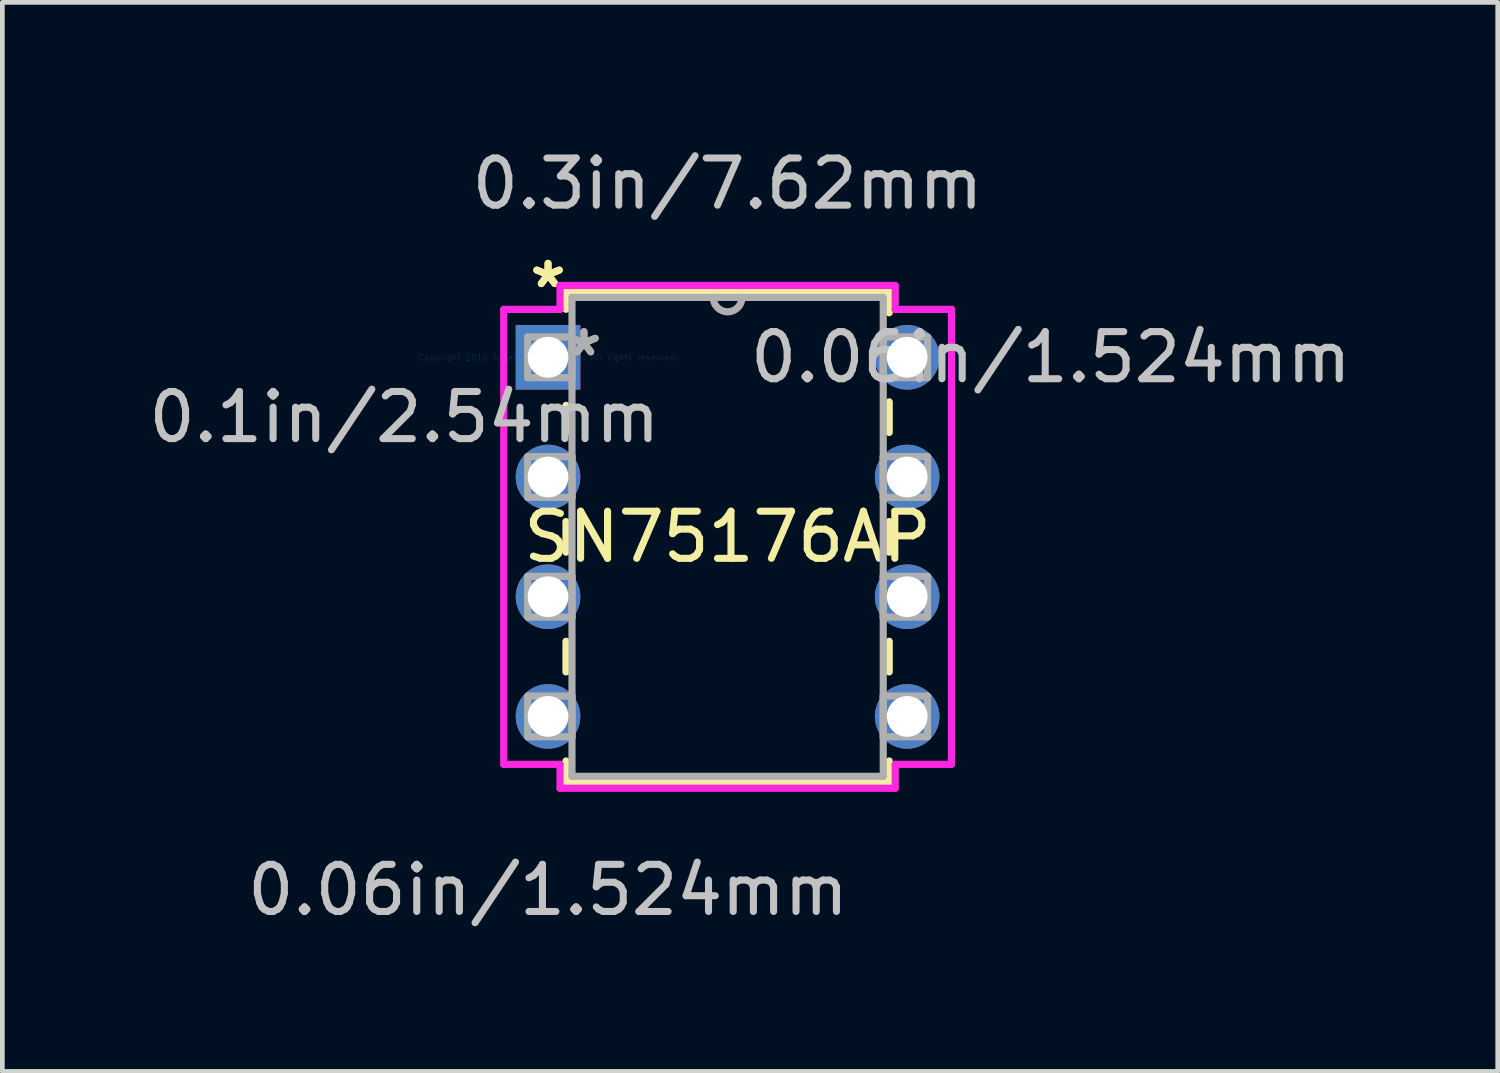
<source format=kicad_pcb>
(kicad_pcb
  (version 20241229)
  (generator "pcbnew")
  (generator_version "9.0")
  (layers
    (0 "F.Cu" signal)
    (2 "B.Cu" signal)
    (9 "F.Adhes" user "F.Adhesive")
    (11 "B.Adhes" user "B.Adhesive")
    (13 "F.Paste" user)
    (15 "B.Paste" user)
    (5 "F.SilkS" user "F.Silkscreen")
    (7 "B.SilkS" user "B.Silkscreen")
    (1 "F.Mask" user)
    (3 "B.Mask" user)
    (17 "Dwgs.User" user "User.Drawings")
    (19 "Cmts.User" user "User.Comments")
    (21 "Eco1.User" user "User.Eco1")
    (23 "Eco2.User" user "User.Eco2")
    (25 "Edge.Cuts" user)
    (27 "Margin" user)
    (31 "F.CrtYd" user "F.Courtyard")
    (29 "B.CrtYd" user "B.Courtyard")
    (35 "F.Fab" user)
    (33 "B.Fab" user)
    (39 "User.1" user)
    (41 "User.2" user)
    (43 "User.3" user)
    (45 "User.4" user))
  (footprint "SN75176AP"
    (layer "F.Cu")
    (at 8.578 4.531)
    (property "Reference" "SN75176AP" (at 3.81 3.81 0) (layer "F.SilkS") (effects (font (size 1 1) (thickness 0.15))))
    (attr through_hole)
    (fp_line (start 0.381 -1.397) (end 0.381 -1.019) (stroke (width 0.152) (type solid)) (layer "F.SilkS"))
    (fp_line (start 0.381 1.019) (end 0.381 1.595) (stroke (width 0.152) (type solid)) (layer "F.SilkS"))
    (fp_line (start 0.381 3.485) (end 0.381 4.135) (stroke (width 0.152) (type solid)) (layer "F.SilkS"))
    (fp_line (start 0.381 6.025) (end 0.381 6.675) (stroke (width 0.152) (type solid)) (layer "F.SilkS"))
    (fp_line (start 0.381 8.565) (end 0.381 9.017) (stroke (width 0.152) (type solid)) (layer "F.SilkS"))
    (fp_line (start 0.381 9.017) (end 7.239 9.017) (stroke (width 0.152) (type solid)) (layer "F.SilkS"))
    (fp_line (start 7.239 -1.397) (end 0.381 -1.397) (stroke (width 0.152) (type solid)) (layer "F.SilkS"))
    (fp_line (start 7.239 -0.945) (end 7.239 -1.397) (stroke (width 0.152) (type solid)) (layer "F.SilkS"))
    (fp_line (start 7.239 1.595) (end 7.239 0.945) (stroke (width 0.152) (type solid)) (layer "F.SilkS"))
    (fp_line (start 7.239 4.135) (end 7.239 3.485) (stroke (width 0.152) (type solid)) (layer "F.SilkS"))
    (fp_line (start 7.239 6.675) (end 7.239 6.025) (stroke (width 0.152) (type solid)) (layer "F.SilkS"))
    (fp_line (start 7.239 9.017) (end 7.239 8.565) (stroke (width 0.152) (type solid)) (layer "F.SilkS"))
    (fp_line (start -0.94 -1.016) (end -0.94 8.636) (stroke (width 0.152) (type solid)) (layer "F.CrtYd"))
    (fp_line (start -0.94 8.636) (end 0.254 8.636) (stroke (width 0.152) (type solid)) (layer "F.CrtYd"))
    (fp_line (start 0.254 -1.524) (end 0.254 -1.016) (stroke (width 0.152) (type solid)) (layer "F.CrtYd"))
    (fp_line (start 0.254 -1.016) (end -0.94 -1.016) (stroke (width 0.152) (type solid)) (layer "F.CrtYd"))
    (fp_line (start 0.254 8.636) (end 0.254 9.144) (stroke (width 0.152) (type solid)) (layer "F.CrtYd"))
    (fp_line (start 0.254 9.144) (end 7.366 9.144) (stroke (width 0.152) (type solid)) (layer "F.CrtYd"))
    (fp_line (start 7.366 -1.524) (end 0.254 -1.524) (stroke (width 0.152) (type solid)) (layer "F.CrtYd"))
    (fp_line (start 7.366 -1.016) (end 7.366 -1.524) (stroke (width 0.152) (type solid)) (layer "F.CrtYd"))
    (fp_line (start 7.366 8.636) (end 8.56 8.636) (stroke (width 0.152) (type solid)) (layer "F.CrtYd"))
    (fp_line (start 7.366 9.144) (end 7.366 8.636) (stroke (width 0.152) (type solid)) (layer "F.CrtYd"))
    (fp_line (start 8.56 -1.016) (end 7.366 -1.016) (stroke (width 0.152) (type solid)) (layer "F.CrtYd"))
    (fp_line (start 8.56 8.636) (end 8.56 -1.016) (stroke (width 0.152) (type solid)) (layer "F.CrtYd"))
    (fp_line (start -0.432 -0.432) (end -0.432 0.432) (stroke (width 0.152) (type solid)) (layer "F.Fab"))
    (fp_line (start -0.432 0.432) (end 0.508 0.432) (stroke (width 0.152) (type solid)) (layer "F.Fab"))
    (fp_line (start -0.432 2.108) (end -0.432 2.972) (stroke (width 0.152) (type solid)) (layer "F.Fab"))
    (fp_line (start -0.432 2.972) (end 0.508 2.972) (stroke (width 0.152) (type solid)) (layer "F.Fab"))
    (fp_line (start -0.432 4.648) (end -0.432 5.512) (stroke (width 0.152) (type solid)) (layer "F.Fab"))
    (fp_line (start -0.432 5.512) (end 0.508 5.512) (stroke (width 0.152) (type solid)) (layer "F.Fab"))
    (fp_line (start -0.432 7.188) (end -0.432 8.052) (stroke (width 0.152) (type solid)) (layer "F.Fab"))
    (fp_line (start -0.432 8.052) (end 0.508 8.052) (stroke (width 0.152) (type solid)) (layer "F.Fab"))
    (fp_line (start 0.508 -1.27) (end 0.508 8.89) (stroke (width 0.152) (type solid)) (layer "F.Fab"))
    (fp_line (start 0.508 -0.432) (end -0.432 -0.432) (stroke (width 0.152) (type solid)) (layer "F.Fab"))
    (fp_line (start 0.508 0.432) (end 0.508 -0.432) (stroke (width 0.152) (type solid)) (layer "F.Fab"))
    (fp_line (start 0.508 2.108) (end -0.432 2.108) (stroke (width 0.152) (type solid)) (layer "F.Fab"))
    (fp_line (start 0.508 2.972) (end 0.508 2.108) (stroke (width 0.152) (type solid)) (layer "F.Fab"))
    (fp_line (start 0.508 4.648) (end -0.432 4.648) (stroke (width 0.152) (type solid)) (layer "F.Fab"))
    (fp_line (start 0.508 5.512) (end 0.508 4.648) (stroke (width 0.152) (type solid)) (layer "F.Fab"))
    (fp_line (start 0.508 7.188) (end -0.432 7.188) (stroke (width 0.152) (type solid)) (layer "F.Fab"))
    (fp_line (start 0.508 8.052) (end 0.508 7.188) (stroke (width 0.152) (type solid)) (layer "F.Fab"))
    (fp_line (start 0.508 8.89) (end 7.112 8.89) (stroke (width 0.152) (type solid)) (layer "F.Fab"))
    (fp_line (start 7.112 -1.27) (end 0.508 -1.27) (stroke (width 0.152) (type solid)) (layer "F.Fab"))
    (fp_line (start 7.112 -0.432) (end 7.112 0.432) (stroke (width 0.152) (type solid)) (layer "F.Fab"))
    (fp_line (start 7.112 0.432) (end 8.052 0.432) (stroke (width 0.152) (type solid)) (layer "F.Fab"))
    (fp_line (start 7.112 2.108) (end 7.112 2.972) (stroke (width 0.152) (type solid)) (layer "F.Fab"))
    (fp_line (start 7.112 2.972) (end 8.052 2.972) (stroke (width 0.152) (type solid)) (layer "F.Fab"))
    (fp_line (start 7.112 4.648) (end 7.112 5.512) (stroke (width 0.152) (type solid)) (layer "F.Fab"))
    (fp_line (start 7.112 5.512) (end 8.052 5.512) (stroke (width 0.152) (type solid)) (layer "F.Fab"))
    (fp_line (start 7.112 7.188) (end 7.112 8.052) (stroke (width 0.152) (type solid)) (layer "F.Fab"))
    (fp_line (start 7.112 8.052) (end 8.052 8.052) (stroke (width 0.152) (type solid)) (layer "F.Fab"))
    (fp_line (start 7.112 8.89) (end 7.112 -1.27) (stroke (width 0.152) (type solid)) (layer "F.Fab"))
    (fp_line (start 8.052 -0.432) (end 7.112 -0.432) (stroke (width 0.152) (type solid)) (layer "F.Fab"))
    (fp_line (start 8.052 0.432) (end 8.052 -0.432) (stroke (width 0.152) (type solid)) (layer "F.Fab"))
    (fp_line (start 8.052 2.108) (end 7.112 2.108) (stroke (width 0.152) (type solid)) (layer "F.Fab"))
    (fp_line (start 8.052 2.972) (end 8.052 2.108) (stroke (width 0.152) (type solid)) (layer "F.Fab"))
    (fp_line (start 8.052 4.648) (end 7.112 4.648) (stroke (width 0.152) (type solid)) (layer "F.Fab"))
    (fp_line (start 8.052 5.512) (end 8.052 4.648) (stroke (width 0.152) (type solid)) (layer "F.Fab"))
    (fp_line (start 8.052 7.188) (end 7.112 7.188) (stroke (width 0.152) (type solid)) (layer "F.Fab"))
    (fp_line (start 8.052 8.052) (end 8.052 7.188) (stroke (width 0.152) (type solid)) (layer "F.Fab"))
    (fp_arc (start 4.1148 -1.27) (mid 3.81 -0.9652) (end 3.5052 -1.27) (stroke (width 0.1524) (type solid)) (layer "F.Fab"))
    (fp_text user "*" (at 0 -1.448 0) (layer "F.SilkS") (effects (font (size 1 1) (thickness 0.15))))
    (fp_text user "*" (at 0 -1.448 0) (layer "F.SilkS") (effects (font (size 1 1) (thickness 0.15))))
    (fp_text user "0.06in/1.524mm" (at 10.668 0 0) (layer "Dwgs.User") (effects (font (size 1 1) (thickness 0.15))))
    (fp_text user "0.1in/2.54mm" (at -3.048 1.27 0) (layer "Dwgs.User") (effects (font (size 1 1) (thickness 0.15))))
    (fp_text user "0.3in/7.62mm" (at 3.81 -3.683 0) (layer "Dwgs.User") (effects (font (size 1 1) (thickness 0.15))))
    (fp_text user "0.06in/1.524mm" (at 0 11.303 0) (layer "Dwgs.User") (effects (font (size 1 1) (thickness 0.15))))
    (fp_text user "Copyright 2016 Accelerated Designs. All rights reserved." (at 0 0 0) (layer "Cmts.User") (effects (font (size 0.127 0.127) (thickness 0.002))))
    (fp_text user "*" (at 0.762 0 0) (layer "F.Fab") (effects (font (size 1 1) (thickness 0.15))))
    (fp_text user "*" (at 0.762 0 0) (layer "F.Fab") (effects (font (size 1 1) (thickness 0.15))))
    (pad "1" thru_hole rect (at 0 0) (size 1.372 1.372) (drill 0.864) (layers "*.Cu" "*.Mask"))
    (pad "2" thru_hole circle (at 0 2.54) (size 1.372 1.372) (drill 0.864) (layers "*.Cu" "*.Mask"))
    (pad "3" thru_hole circle (at 0 5.08) (size 1.372 1.372) (drill 0.864) (layers "*.Cu" "*.Mask"))
    (pad "4" thru_hole circle (at 0 7.62) (size 1.372 1.372) (drill 0.864) (layers "*.Cu" "*.Mask"))
    (pad "5" thru_hole circle (at 7.62 7.62) (size 1.372 1.372) (drill 0.864) (layers "*.Cu" "*.Mask"))
    (pad "6" thru_hole circle (at 7.62 5.08) (size 1.372 1.372) (drill 0.864) (layers "*.Cu" "*.Mask"))
    (pad "7" thru_hole circle (at 7.62 2.54) (size 1.372 1.372) (drill 0.864) (layers "*.Cu" "*.Mask"))
    (pad "8" thru_hole circle (at 7.62 0) (size 1.372 1.372) (drill 0.864) (layers "*.Cu" "*.Mask")))
  (gr_rect
    (start -3 -3)
    (end 28.728 19.683)
    (stroke (width 0.1) (type default))
    (fill no)
    (layer "Edge.Cuts")))
</source>
